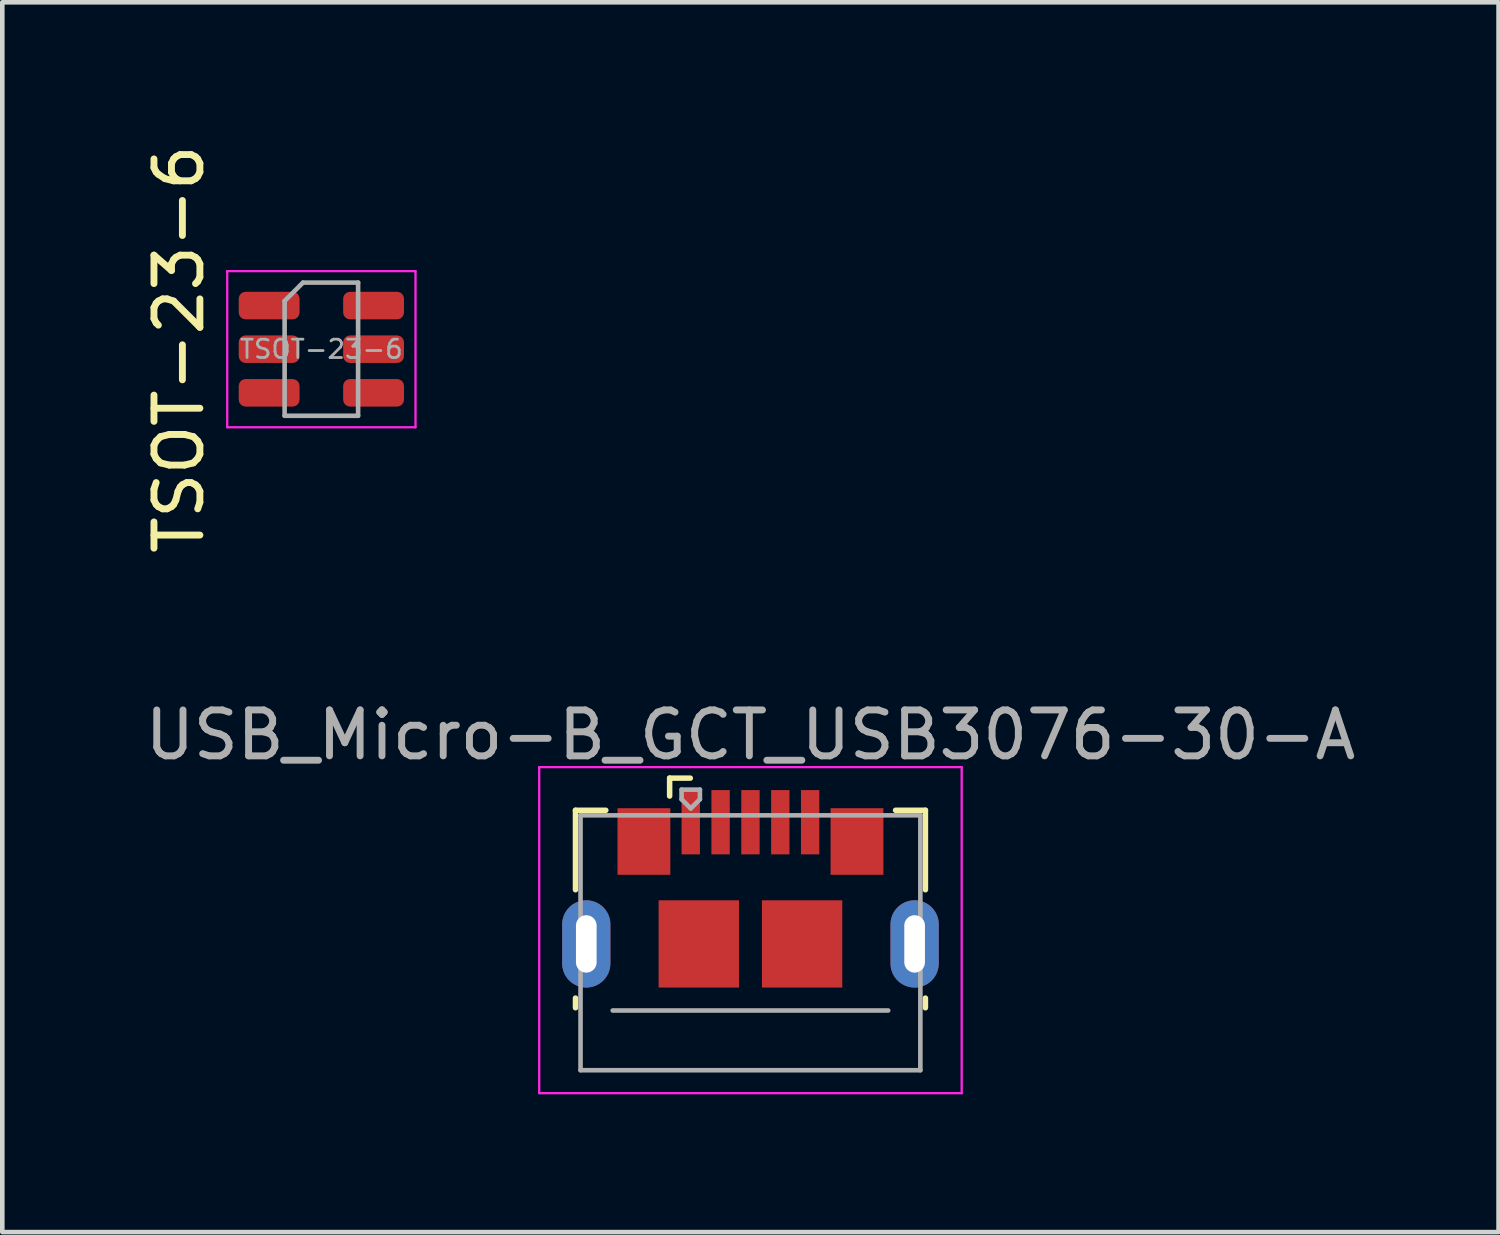
<source format=kicad_pcb>
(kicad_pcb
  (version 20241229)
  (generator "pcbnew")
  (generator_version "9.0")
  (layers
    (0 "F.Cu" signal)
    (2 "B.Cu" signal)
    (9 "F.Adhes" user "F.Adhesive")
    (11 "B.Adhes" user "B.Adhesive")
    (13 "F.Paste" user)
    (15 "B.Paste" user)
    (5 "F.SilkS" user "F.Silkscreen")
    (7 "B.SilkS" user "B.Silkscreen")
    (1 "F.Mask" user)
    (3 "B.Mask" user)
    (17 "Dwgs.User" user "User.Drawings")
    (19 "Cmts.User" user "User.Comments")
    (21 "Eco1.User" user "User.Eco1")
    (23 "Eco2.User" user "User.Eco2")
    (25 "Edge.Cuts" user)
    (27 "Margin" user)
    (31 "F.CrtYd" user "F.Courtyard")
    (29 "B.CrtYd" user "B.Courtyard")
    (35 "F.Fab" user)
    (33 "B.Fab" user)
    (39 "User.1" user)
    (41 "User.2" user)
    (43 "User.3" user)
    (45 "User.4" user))
  (footprint "TSOT-23-6"
    (layer "F.Cu")
    (at 3.948 4.554)
    (property "Reference" "TSOT-23-6" (at -3.1 0 90) (layer "F.SilkS") (effects (font (size 1 1) (thickness 0.15))))
    (attr smd)
    (fp_line (start -2.05 -1.7) (end -2.05 1.7) (stroke (width 0.05) (type solid)) (layer "F.CrtYd"))
    (fp_line (start -2.05 1.7) (end 2.05 1.7) (stroke (width 0.05) (type solid)) (layer "F.CrtYd"))
    (fp_line (start 2.05 -1.7) (end -2.05 -1.7) (stroke (width 0.05) (type solid)) (layer "F.CrtYd"))
    (fp_line (start 2.05 1.7) (end 2.05 -1.7) (stroke (width 0.05) (type solid)) (layer "F.CrtYd"))
    (fp_line (start -0.8 -1.05) (end -0.4 -1.45) (stroke (width 0.1) (type solid)) (layer "F.Fab"))
    (fp_line (start -0.8 1.45) (end -0.8 -1.05) (stroke (width 0.1) (type solid)) (layer "F.Fab"))
    (fp_line (start -0.4 -1.45) (end 0.8 -1.45) (stroke (width 0.1) (type solid)) (layer "F.Fab"))
    (fp_line (start 0.8 -1.45) (end 0.8 1.45) (stroke (width 0.1) (type solid)) (layer "F.Fab"))
    (fp_line (start 0.8 1.45) (end -0.8 1.45) (stroke (width 0.1) (type solid)) (layer "F.Fab"))
    (fp_text user "${REFERENCE}" (at 0 0 0) (layer "F.Fab") (effects (font (size 0.4 0.4) (thickness 0.06))))
    (pad "1" smd roundrect (at -1.137 -0.95 180) (size 1.325 0.6) (layers "F.Cu" "F.Mask" "F.Paste") (roundrect_rratio 0.25))
    (pad "2" smd roundrect (at -1.137 0 180) (size 1.325 0.6) (layers "F.Cu" "F.Mask" "F.Paste") (roundrect_rratio 0.25))
    (pad "3" smd roundrect (at -1.137 0.95 180) (size 1.325 0.6) (layers "F.Cu" "F.Mask" "F.Paste") (roundrect_rratio 0.25))
    (pad "4" smd roundrect (at 1.137 0.95 180) (size 1.325 0.6) (layers "F.Cu" "F.Mask" "F.Paste") (roundrect_rratio 0.25))
    (pad "5" smd roundrect (at 1.137 0 180) (size 1.325 0.6) (layers "F.Cu" "F.Mask" "F.Paste") (roundrect_rratio 0.25))
    (pad "6" smd roundrect (at 1.137 -0.95 180) (size 1.325 0.6) (layers "F.Cu" "F.Mask" "F.Paste") (roundrect_rratio 0.25)))
  (footprint "USB_Micro-B_GCT_USB3076-30-A"
    (layer "F.Cu")
    (at 13.292 16.305)
    (property "Reference" "USB_Micro-B_GCT_USB3076-30-A" (at 0 -3.35 180) (layer "F.Fab") (effects (font (size 1 1) (thickness 0.15))))
    (attr smd)
    (fp_line (start -3.81 -1.71) (end -3.15 -1.71) (stroke (width 0.12) (type solid)) (layer "F.SilkS"))
    (fp_line (start -3.81 0.02) (end -3.81 -1.71) (stroke (width 0.12) (type solid)) (layer "F.SilkS"))
    (fp_line (start -3.81 2.59) (end -3.81 2.38) (stroke (width 0.12) (type solid)) (layer "F.SilkS"))
    (fp_line (start -1.76 -2.41) (end -1.76 -2.02) (stroke (width 0.12) (type solid)) (layer "F.SilkS"))
    (fp_line (start -1.76 -2.41) (end -1.31 -2.41) (stroke (width 0.12) (type solid)) (layer "F.SilkS"))
    (fp_line (start 3.81 -1.71) (end 3.16 -1.71) (stroke (width 0.12) (type solid)) (layer "F.SilkS"))
    (fp_line (start 3.81 0.02) (end 3.81 -1.71) (stroke (width 0.12) (type solid)) (layer "F.SilkS"))
    (fp_line (start 3.81 2.59) (end 3.81 2.38) (stroke (width 0.12) (type solid)) (layer "F.SilkS"))
    (fp_line (start -4.6 -2.65) (end 4.6 -2.65) (stroke (width 0.05) (type solid)) (layer "F.CrtYd"))
    (fp_line (start -4.6 4.45) (end -4.6 -2.65) (stroke (width 0.05) (type solid)) (layer "F.CrtYd"))
    (fp_line (start -4.6 4.45) (end 4.6 4.45) (stroke (width 0.05) (type solid)) (layer "F.CrtYd"))
    (fp_line (start 4.6 -2.65) (end 4.6 4.45) (stroke (width 0.05) (type solid)) (layer "F.CrtYd"))
    (fp_line (start -3.7 -1.6) (end 3.7 -1.6) (stroke (width 0.1) (type solid)) (layer "F.Fab"))
    (fp_line (start -3.7 3.95) (end -3.7 -1.6) (stroke (width 0.1) (type solid)) (layer "F.Fab"))
    (fp_line (start -3.7 3.95) (end 3.7 3.95) (stroke (width 0.1) (type solid)) (layer "F.Fab"))
    (fp_line (start -3 2.65) (end 3 2.65) (stroke (width 0.1) (type solid)) (layer "F.Fab"))
    (fp_line (start -1.5 -2.16) (end -1.5 -1.95) (stroke (width 0.1) (type solid)) (layer "F.Fab"))
    (fp_line (start -1.5 -2.16) (end -1.1 -2.16) (stroke (width 0.1) (type solid)) (layer "F.Fab"))
    (fp_line (start -1.3 -1.75) (end -1.5 -1.95) (stroke (width 0.1) (type solid)) (layer "F.Fab"))
    (fp_line (start -1.1 -2.16) (end -1.1 -1.95) (stroke (width 0.1) (type solid)) (layer "F.Fab"))
    (fp_line (start -1.1 -1.95) (end -1.3 -1.75) (stroke (width 0.1) (type solid)) (layer "F.Fab"))
    (fp_line (start 3.7 3.95) (end 3.7 -1.6) (stroke (width 0.1) (type solid)) (layer "F.Fab"))
    (pad "1" smd rect (at -1.3 -1.45) (size 0.4 1.4) (layers "F.Cu" "F.Mask" "F.Paste"))
    (pad "2" smd rect (at -0.65 -1.45) (size 0.4 1.4) (layers "F.Cu" "F.Mask" "F.Paste"))
    (pad "3" smd rect (at 0 -1.45) (size 0.4 1.4) (layers "F.Cu" "F.Mask" "F.Paste"))
    (pad "4" smd rect (at 0.65 -1.45) (size 0.4 1.4) (layers "F.Cu" "F.Mask" "F.Paste"))
    (pad "5" smd rect (at 1.3 -1.45) (size 0.4 1.4) (layers "F.Cu" "F.Mask" "F.Paste"))
    (pad "6" thru_hole oval (at -3.575 1.2 180) (size 1.05 1.9) (drill oval 0.45 1.25) (layers "*.Cu" "*.Mask"))
    (pad "6" smd rect (at -2.32 -1.03) (size 1.15 1.45) (layers "F.Cu" "F.Mask" "F.Paste"))
    (pad "6" smd rect (at -1.125 1.2) (size 1.75 1.9) (layers "F.Cu" "F.Mask" "F.Paste"))
    (pad "6" smd rect (at 1.125 1.2) (size 1.75 1.9) (layers "F.Cu" "F.Mask" "F.Paste"))
    (pad "6" smd rect (at 2.32 -1.03) (size 1.15 1.45) (layers "F.Cu" "F.Mask" "F.Paste"))
    (pad "6" thru_hole oval (at 3.575 1.2) (size 1.05 1.9) (drill oval 0.45 1.25) (layers "*.Cu" "*.Mask")))
  (gr_rect
    (start -3 -3)
    (end 29.583 23.78)
    (stroke (width 0.1) (type default))
    (fill no)
    (layer "Edge.Cuts")))
</source>
